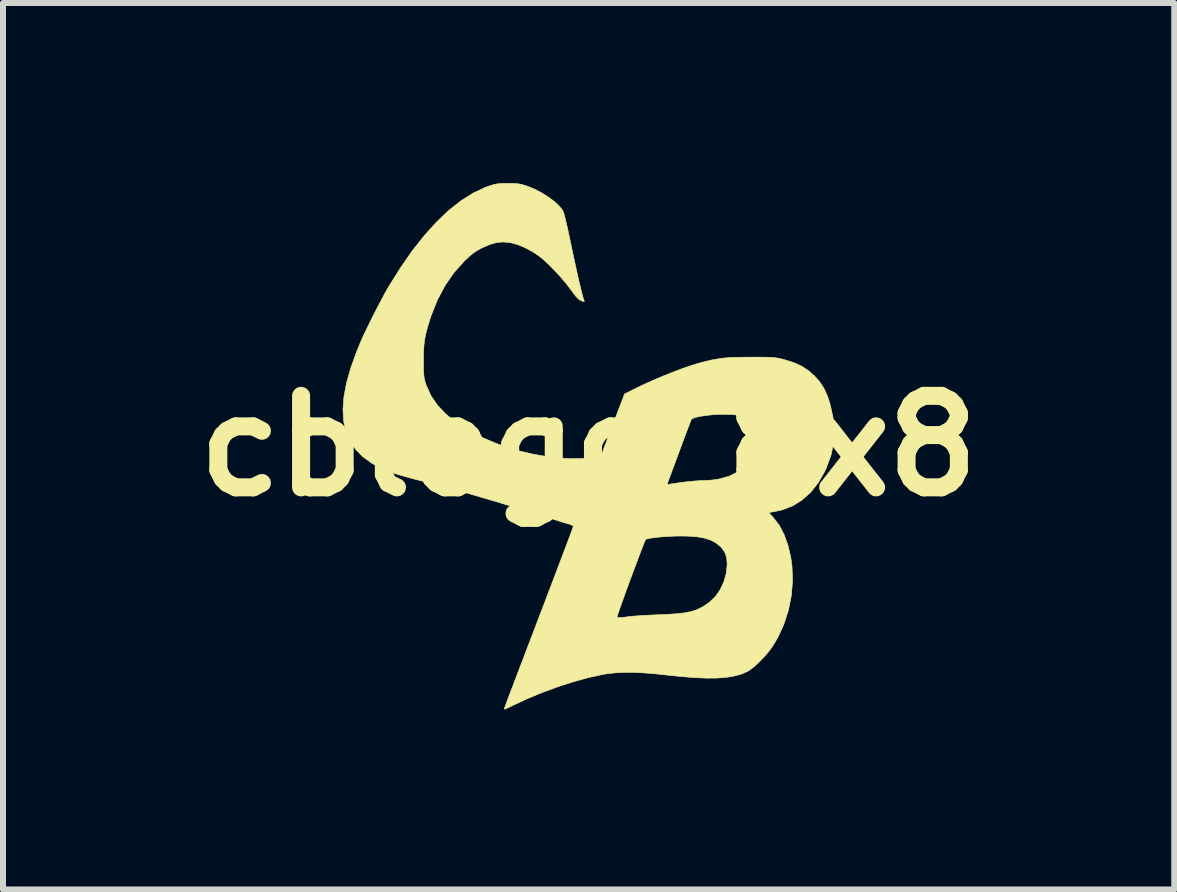
<source format=kicad_pcb>
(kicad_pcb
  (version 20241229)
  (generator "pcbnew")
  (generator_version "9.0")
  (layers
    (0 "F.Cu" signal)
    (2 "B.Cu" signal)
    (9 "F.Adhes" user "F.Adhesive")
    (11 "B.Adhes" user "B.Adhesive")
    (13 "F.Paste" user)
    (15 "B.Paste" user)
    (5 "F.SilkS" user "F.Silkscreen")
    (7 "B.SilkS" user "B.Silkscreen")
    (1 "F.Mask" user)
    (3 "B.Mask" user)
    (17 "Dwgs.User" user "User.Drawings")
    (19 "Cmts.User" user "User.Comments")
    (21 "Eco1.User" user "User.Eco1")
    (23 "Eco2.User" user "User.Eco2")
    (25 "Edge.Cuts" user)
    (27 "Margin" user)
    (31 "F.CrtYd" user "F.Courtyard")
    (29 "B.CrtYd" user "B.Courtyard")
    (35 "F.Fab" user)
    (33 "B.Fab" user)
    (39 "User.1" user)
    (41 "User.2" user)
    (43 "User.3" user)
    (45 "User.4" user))
  (footprint "cblogo_8x8"
    (layer "F.Cu")
    (at 6.756 4.38)
    (property "Reference" "cblogo_8x8" (at 0 0 0) (layer "F.SilkS") (effects (font (size 1.524 1.524) (thickness 0.3))))
    (attr through_hole)
    (fp_poly (pts (xy -1.254 -4.374) (xy -1.184 -4.369) (xy -1.124 -4.359) (xy -1.06 -4.341) (xy -1.024 -4.329) (xy -0.907 -4.282) (xy -0.791 -4.222) (xy -0.68 -4.154) (xy -0.582 -4.082) (xy -0.501 -4.01) (xy -0.443 -3.941) (xy -0.422 -3.905) (xy -0.411 -3.87) (xy -0.394 -3.807) (xy -0.373 -3.721) (xy -0.349 -3.617) (xy -0.324 -3.5) (xy -0.298 -3.375) (xy -0.296 -3.369) (xy -0.266 -3.224) (xy -0.235 -3.079) (xy -0.204 -2.938) (xy -0.175 -2.807) (xy -0.147 -2.687) (xy -0.122 -2.585) (xy -0.101 -2.503) (xy -0.085 -2.447) (xy -0.075 -2.419) (xy -0.075 -2.419) (xy -0.07 -2.407) (xy -0.082 -2.407) (xy -0.118 -2.418) (xy -0.129 -2.422) (xy -0.165 -2.445) (xy -0.212 -2.493) (xy -0.27 -2.57) (xy -0.288 -2.595) (xy -0.364 -2.694) (xy -0.454 -2.802) (xy -0.553 -2.911) (xy -0.653 -3.013) (xy -0.747 -3.101) (xy -0.82 -3.161) (xy -0.935 -3.238) (xy -1.062 -3.305) (xy -1.189 -3.357) (xy -1.304 -3.388) (xy -1.305 -3.388) (xy -1.418 -3.399) (xy -1.528 -3.39) (xy -1.643 -3.358) (xy -1.772 -3.303) (xy -1.778 -3.3) (xy -1.851 -3.26) (xy -1.915 -3.218) (xy -1.98 -3.166) (xy -2.055 -3.096) (xy -2.076 -3.075) (xy -2.245 -2.885) (xy -2.392 -2.672) (xy -2.518 -2.435) (xy -2.623 -2.172) (xy -2.641 -2.118) (xy -2.682 -1.986) (xy -2.712 -1.874) (xy -2.732 -1.77) (xy -2.744 -1.665) (xy -2.75 -1.546) (xy -2.751 -1.414) (xy -2.751 -1.31) (xy -2.749 -1.231) (xy -2.744 -1.171) (xy -2.737 -1.122) (xy -2.726 -1.076) (xy -2.709 -1.025) (xy -2.704 -1.008) (xy -2.628 -0.84) (xy -2.52 -0.682) (xy -2.382 -0.534) (xy -2.211 -0.394) (xy -2.008 -0.264) (xy -1.774 -0.142) (xy -1.545 -0.045) (xy -1.344 0.027) (xy -1.133 0.088) (xy -0.918 0.138) (xy -0.704 0.175) (xy -0.495 0.2) (xy -0.298 0.212) (xy -0.116 0.21) (xy 0.045 0.193) (xy 0.152 0.17) (xy 0.212 0.153) (xy 0.405 -0.357) (xy 0.599 -0.866) (xy 0.731 -0.933) (xy 0.898 -1.014) (xy 1.077 -1.095) (xy 1.259 -1.172) (xy 1.438 -1.243) (xy 1.605 -1.305) (xy 1.753 -1.354) (xy 1.811 -1.372) (xy 1.936 -1.405) (xy 2.047 -1.432) (xy 2.151 -1.451) (xy 2.255 -1.465) (xy 2.368 -1.474) (xy 2.497 -1.478) (xy 2.649 -1.48) (xy 2.709 -1.48) (xy 2.838 -1.48) (xy 2.938 -1.479) (xy 3.016 -1.477) (xy 3.079 -1.473) (xy 3.13 -1.467) (xy 3.178 -1.459) (xy 3.227 -1.447) (xy 3.272 -1.435) (xy 3.425 -1.386) (xy 3.554 -1.327) (xy 3.666 -1.252) (xy 3.761 -1.169) (xy 3.85 -1.069) (xy 3.92 -0.962) (xy 3.977 -0.837) (xy 4.02 -0.708) (xy 4.071 -0.48) (xy 4.092 -0.263) (xy 4.081 -0.052) (xy 4.038 0.155) (xy 3.962 0.362) (xy 3.93 0.432) (xy 3.824 0.615) (xy 3.701 0.77) (xy 3.561 0.897) (xy 3.405 0.995) (xy 3.233 1.062) (xy 3.113 1.09) (xy 3.001 1.109) (xy 3.08 1.196) (xy 3.177 1.323) (xy 3.258 1.478) (xy 3.322 1.657) (xy 3.368 1.855) (xy 3.388 1.992) (xy 3.398 2.24) (xy 3.378 2.49) (xy 3.329 2.736) (xy 3.252 2.974) (xy 3.149 3.197) (xy 3.06 3.344) (xy 2.996 3.431) (xy 2.919 3.519) (xy 2.837 3.604) (xy 2.756 3.678) (xy 2.682 3.734) (xy 2.642 3.759) (xy 2.542 3.801) (xy 2.429 3.832) (xy 2.299 3.854) (xy 2.149 3.866) (xy 1.977 3.868) (xy 1.78 3.86) (xy 1.555 3.842) (xy 1.321 3.818) (xy 1.097 3.794) (xy 0.901 3.779) (xy 0.727 3.771) (xy 0.572 3.772) (xy 0.429 3.781) (xy 0.295 3.797) (xy 0.234 3.807) (xy 0.002 3.858) (xy -0.247 3.926) (xy -0.506 4.009) (xy -0.766 4.104) (xy -1.018 4.209) (xy -1.254 4.319) (xy -1.257 4.32) (xy -1.325 4.354) (xy -1.369 4.375) (xy -1.394 4.384) (xy -1.404 4.383) (xy -1.405 4.378) (xy -1.4 4.362) (xy -1.382 4.316) (xy -1.355 4.243) (xy -1.318 4.144) (xy -1.272 4.023) (xy -1.218 3.881) (xy -1.157 3.72) (xy -1.089 3.544) (xy -1.017 3.353) (xy -0.939 3.15) (xy -0.858 2.937) (xy -0.83 2.863) (xy -0.824 2.847) (xy 0.474 2.847) (xy 0.484 2.858) (xy 0.518 2.861) (xy 0.577 2.856) (xy 0.66 2.844) (xy 0.71 2.838) (xy 0.786 2.832) (xy 0.883 2.826) (xy 0.994 2.819) (xy 1.113 2.814) (xy 1.168 2.812) (xy 1.337 2.804) (xy 1.476 2.794) (xy 1.592 2.781) (xy 1.689 2.763) (xy 1.773 2.739) (xy 1.847 2.708) (xy 1.919 2.669) (xy 1.991 2.62) (xy 2.012 2.604) (xy 2.11 2.512) (xy 2.192 2.395) (xy 2.254 2.261) (xy 2.295 2.118) (xy 2.309 1.973) (xy 2.301 1.869) (xy 2.277 1.786) (xy 2.231 1.714) (xy 2.2 1.679) (xy 2.126 1.618) (xy 2.039 1.57) (xy 1.935 1.536) (xy 1.809 1.513) (xy 1.658 1.502) (xy 1.549 1.5) (xy 1.445 1.501) (xy 1.336 1.506) (xy 1.229 1.513) (xy 1.131 1.522) (xy 1.048 1.533) (xy 0.986 1.544) (xy 0.951 1.556) (xy 0.942 1.573) (xy 0.924 1.618) (xy 0.897 1.687) (xy 0.863 1.775) (xy 0.824 1.878) (xy 0.781 1.993) (xy 0.735 2.115) (xy 0.689 2.239) (xy 0.644 2.362) (xy 0.601 2.48) (xy 0.562 2.589) (xy 0.528 2.684) (xy 0.501 2.761) (xy 0.483 2.816) (xy 0.475 2.845) (xy 0.474 2.847) (xy -0.824 2.847) (xy -0.747 2.647) (xy -0.669 2.44) (xy -0.594 2.244) (xy -0.525 2.062) (xy -0.462 1.895) (xy -0.405 1.745) (xy -0.356 1.616) (xy -0.316 1.509) (xy -0.285 1.426) (xy -0.264 1.369) (xy -0.255 1.341) (xy -0.254 1.339) (xy -0.269 1.324) (xy -0.304 1.308) (xy -0.309 1.307) (xy -0.337 1.298) (xy -0.394 1.281) (xy -0.475 1.256) (xy -0.577 1.224) (xy -0.695 1.188) (xy -0.825 1.147) (xy -0.963 1.104) (xy -0.965 1.103) (xy -1.369 0.979) (xy -1.741 0.868) (xy -2.083 0.769) (xy -2.394 0.683) (xy -2.591 0.631) (xy 1.311 0.631) (xy 1.32 0.641) (xy 1.35 0.637) (xy 1.385 0.631) (xy 1.445 0.622) (xy 1.522 0.611) (xy 1.597 0.601) (xy 1.691 0.591) (xy 1.789 0.582) (xy 1.875 0.577) (xy 1.924 0.576) (xy 2.008 0.572) (xy 2.104 0.562) (xy 2.181 0.549) (xy 2.346 0.502) (xy 2.485 0.432) (xy 2.601 0.338) (xy 2.693 0.221) (xy 2.762 0.078) (xy 2.803 -0.059) (xy 2.821 -0.165) (xy 2.82 -0.249) (xy 2.798 -0.319) (xy 2.754 -0.382) (xy 2.737 -0.4) (xy 2.684 -0.446) (xy 2.624 -0.478) (xy 2.55 -0.501) (xy 2.455 -0.517) (xy 2.382 -0.524) (xy 2.285 -0.528) (xy 2.18 -0.527) (xy 2.074 -0.521) (xy 1.97 -0.51) (xy 1.877 -0.497) (xy 1.799 -0.481) (xy 1.742 -0.463) (xy 1.713 -0.444) (xy 1.711 -0.442) (xy 1.702 -0.42) (xy 1.683 -0.37) (xy 1.655 -0.297) (xy 1.62 -0.204) (xy 1.579 -0.096) (xy 1.535 0.023) (xy 1.519 0.068) (xy 1.473 0.191) (xy 1.431 0.305) (xy 1.393 0.407) (xy 1.362 0.492) (xy 1.338 0.555) (xy 1.324 0.592) (xy 1.322 0.598) (xy 1.311 0.631) (xy -2.591 0.631) (xy -2.675 0.609) (xy -2.735 0.594) (xy -2.85 0.565) (xy -2.965 0.535) (xy -3.072 0.505) (xy -3.163 0.479) (xy -3.228 0.459) (xy -3.434 0.38) (xy -3.612 0.287) (xy -3.762 0.178) (xy -3.883 0.054) (xy -3.977 -0.086) (xy -4.043 -0.242) (xy -4.081 -0.417) (xy -4.092 -0.609) (xy -4.076 -0.819) (xy -4.033 -1.049) (xy -3.963 -1.298) (xy -3.866 -1.567) (xy -3.811 -1.702) (xy -3.76 -1.818) (xy -3.695 -1.955) (xy -3.622 -2.104) (xy -3.545 -2.257) (xy -3.468 -2.404) (xy -3.396 -2.539) (xy -3.332 -2.651) (xy -3.328 -2.659) (xy -3.131 -2.973) (xy -2.933 -3.257) (xy -2.732 -3.511) (xy -2.53 -3.734) (xy -2.328 -3.926) (xy -2.125 -4.086) (xy -1.923 -4.213) (xy -1.722 -4.308) (xy -1.678 -4.324) (xy -1.606 -4.348) (xy -1.545 -4.363) (xy -1.483 -4.371) (xy -1.408 -4.375) (xy -1.346 -4.375) (xy -1.254 -4.374)) (stroke (width 0.01) (type solid)) (fill yes) (layer "F.SilkS")))
  (gr_rect
    (start -3 -3)
    (end 16.513 11.769)
    (stroke (width 0.1) (type default))
    (fill no)
    (layer "Edge.Cuts")))
</source>
